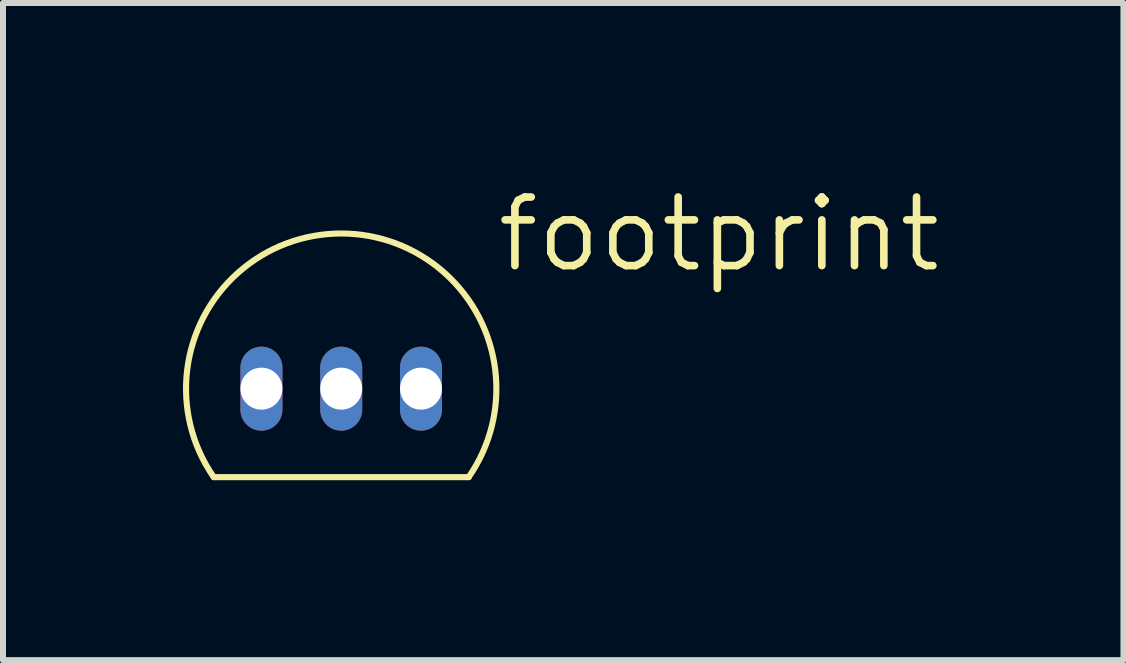
<source format=kicad_pcb>
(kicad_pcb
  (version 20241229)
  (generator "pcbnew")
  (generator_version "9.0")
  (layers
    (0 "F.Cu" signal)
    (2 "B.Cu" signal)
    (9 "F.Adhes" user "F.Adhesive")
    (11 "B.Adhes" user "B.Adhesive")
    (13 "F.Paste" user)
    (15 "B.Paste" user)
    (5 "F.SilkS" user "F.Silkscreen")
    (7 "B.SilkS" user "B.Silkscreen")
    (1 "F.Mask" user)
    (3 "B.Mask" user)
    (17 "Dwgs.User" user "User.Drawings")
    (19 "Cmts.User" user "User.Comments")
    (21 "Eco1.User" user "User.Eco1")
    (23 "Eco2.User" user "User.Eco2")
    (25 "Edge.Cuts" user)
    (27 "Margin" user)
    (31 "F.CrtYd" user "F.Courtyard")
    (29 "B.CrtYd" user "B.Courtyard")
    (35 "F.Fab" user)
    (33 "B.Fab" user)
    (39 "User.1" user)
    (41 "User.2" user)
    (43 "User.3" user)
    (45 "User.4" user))
  (footprint "footprint"
    (layer "F.Cu")
    (at 2.638 3.429)
    (property "Reference" "footprint" (at 2.54 -1.905 0) (layer "F.SilkS") (effects (font (size 1.143 1.143) (thickness 0.127)) (justify left bottom)))
    (fp_line (start 2.125 1.475) (end -2.125 1.475) (stroke (width 0.102) (type solid)) (layer "F.SilkS"))
    (fp_arc (start -2.125 1.475) (mid 0 -2.586745) (end 2.125 1.475) (stroke (width 0.1016) (type solid)) (layer "F.SilkS"))
    (pad "1" thru_hole oval (at -1.33 0 90) (size 1.4 0.7) (drill 0.7) (layers "*.Cu" "*.Mask"))
    (pad "2" thru_hole oval (at 0 0 90) (size 1.4 0.7) (drill 0.7) (layers "*.Cu" "*.Mask"))
    (pad "3" thru_hole oval (at 1.33 0 90) (size 1.4 0.7) (drill 0.7) (layers "*.Cu" "*.Mask")))
  (gr_rect
    (start -3 -3)
    (end 15.678 7.955)
    (stroke (width 0.1) (type default))
    (fill no)
    (layer "Edge.Cuts")))
</source>
